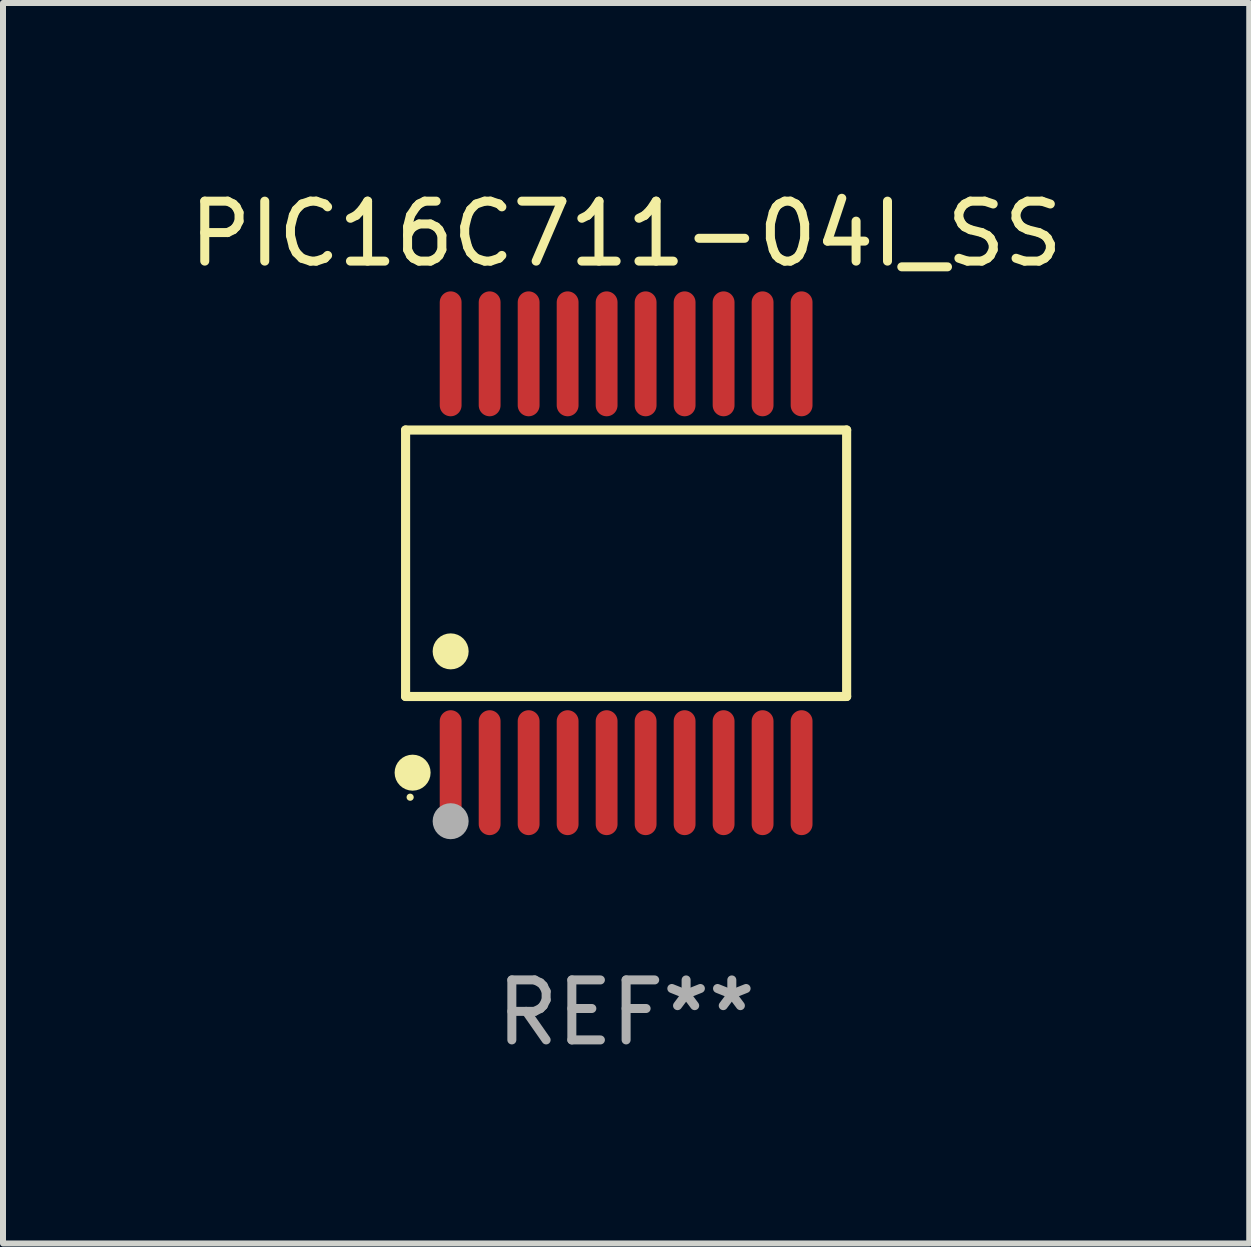
<source format=kicad_pcb>
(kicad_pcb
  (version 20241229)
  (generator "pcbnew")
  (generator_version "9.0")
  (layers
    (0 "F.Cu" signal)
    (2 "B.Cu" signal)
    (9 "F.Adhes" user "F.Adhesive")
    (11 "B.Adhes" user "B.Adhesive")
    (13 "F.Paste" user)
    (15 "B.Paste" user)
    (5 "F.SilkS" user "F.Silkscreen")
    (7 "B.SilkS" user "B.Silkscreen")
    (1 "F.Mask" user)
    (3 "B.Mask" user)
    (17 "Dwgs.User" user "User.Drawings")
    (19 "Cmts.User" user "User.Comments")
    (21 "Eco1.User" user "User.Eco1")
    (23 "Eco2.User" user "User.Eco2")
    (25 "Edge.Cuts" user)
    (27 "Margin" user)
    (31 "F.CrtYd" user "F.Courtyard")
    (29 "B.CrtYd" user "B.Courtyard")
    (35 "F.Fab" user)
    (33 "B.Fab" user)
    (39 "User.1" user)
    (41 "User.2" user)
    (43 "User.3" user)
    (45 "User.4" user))
  (footprint "PIC16C711-04I_SS"
    (layer "F.Cu")
    (at 7.387 6.339)
    (property "Reference" "PIC16C711-04I_SS" (at 0 -5.491 0) (layer "F.SilkS") (effects (font (size 1 1) (thickness 0.15))))
    (attr through_hole)
    (fp_line (start -3.676 -2.221) (end 3.676 -2.221) (stroke (width 0.152) (type solid)) (layer "F.SilkS"))
    (fp_line (start -3.676 2.221) (end -3.676 -2.221) (stroke (width 0.152) (type solid)) (layer "F.SilkS"))
    (fp_line (start 3.676 -2.221) (end 3.676 2.221) (stroke (width 0.152) (type solid)) (layer "F.SilkS"))
    (fp_line (start 3.676 2.221) (end -3.676 2.221) (stroke (width 0.152) (type solid)) (layer "F.SilkS"))
    (fp_circle (center -3.6 3.9) (end -3.57 3.9) (stroke (width 0.06) (type solid)) (fill no) (layer "F.SilkS"))
    (fp_circle (center -3.559 3.491) (end -3.409 3.491) (stroke (width 0.3) (type solid)) (fill no) (layer "F.SilkS"))
    (fp_circle (center -2.925 1.469) (end -2.775 1.469) (stroke (width 0.3) (type solid)) (fill no) (layer "F.SilkS"))
    (fp_circle (center -2.925 4.3) (end -2.775 4.3) (stroke (width 0.3) (type solid)) (fill no) (layer "F.Fab"))
    (fp_text user "REF**" (at 0 7.491 0) (layer "F.Fab") (effects (font (size 1 1) (thickness 0.15))))
    (pad "1" smd oval (at -2.925 3.491) (size 0.364 2.082) (layers "F.Cu" "F.Mask" "F.Paste"))
    (pad "2" smd oval (at -2.275 3.491) (size 0.364 2.082) (layers "F.Cu" "F.Mask" "F.Paste"))
    (pad "3" smd oval (at -1.625 3.491) (size 0.364 2.082) (layers "F.Cu" "F.Mask" "F.Paste"))
    (pad "4" smd oval (at -0.975 3.491) (size 0.364 2.082) (layers "F.Cu" "F.Mask" "F.Paste"))
    (pad "5" smd oval (at -0.325 3.491) (size 0.364 2.082) (layers "F.Cu" "F.Mask" "F.Paste"))
    (pad "6" smd oval (at 0.325 3.491) (size 0.364 2.082) (layers "F.Cu" "F.Mask" "F.Paste"))
    (pad "7" smd oval (at 0.975 3.491) (size 0.364 2.082) (layers "F.Cu" "F.Mask" "F.Paste"))
    (pad "8" smd oval (at 1.625 3.491) (size 0.364 2.082) (layers "F.Cu" "F.Mask" "F.Paste"))
    (pad "9" smd oval (at 2.275 3.491) (size 0.364 2.082) (layers "F.Cu" "F.Mask" "F.Paste"))
    (pad "10" smd oval (at 2.925 3.491) (size 0.364 2.082) (layers "F.Cu" "F.Mask" "F.Paste"))
    (pad "11" smd oval (at 2.925 -3.491) (size 0.364 2.082) (layers "F.Cu" "F.Mask" "F.Paste"))
    (pad "12" smd oval (at 2.275 -3.491) (size 0.364 2.082) (layers "F.Cu" "F.Mask" "F.Paste"))
    (pad "13" smd oval (at 1.625 -3.491) (size 0.364 2.082) (layers "F.Cu" "F.Mask" "F.Paste"))
    (pad "14" smd oval (at 0.975 -3.491) (size 0.364 2.082) (layers "F.Cu" "F.Mask" "F.Paste"))
    (pad "15" smd oval (at 0.325 -3.491) (size 0.364 2.082) (layers "F.Cu" "F.Mask" "F.Paste"))
    (pad "16" smd oval (at -0.325 -3.491) (size 0.364 2.082) (layers "F.Cu" "F.Mask" "F.Paste"))
    (pad "17" smd oval (at -0.975 -3.491) (size 0.364 2.082) (layers "F.Cu" "F.Mask" "F.Paste"))
    (pad "18" smd oval (at -1.625 -3.491) (size 0.364 2.082) (layers "F.Cu" "F.Mask" "F.Paste"))
    (pad "19" smd oval (at -2.275 -3.491) (size 0.364 2.082) (layers "F.Cu" "F.Mask" "F.Paste"))
    (pad "20" smd oval (at -2.925 -3.491) (size 0.364 2.082) (layers "F.Cu" "F.Mask" "F.Paste")))
  (gr_rect
    (start -3 -3)
    (end 17.774 17.678)
    (stroke (width 0.1) (type default))
    (fill no)
    (layer "Edge.Cuts")))
</source>
